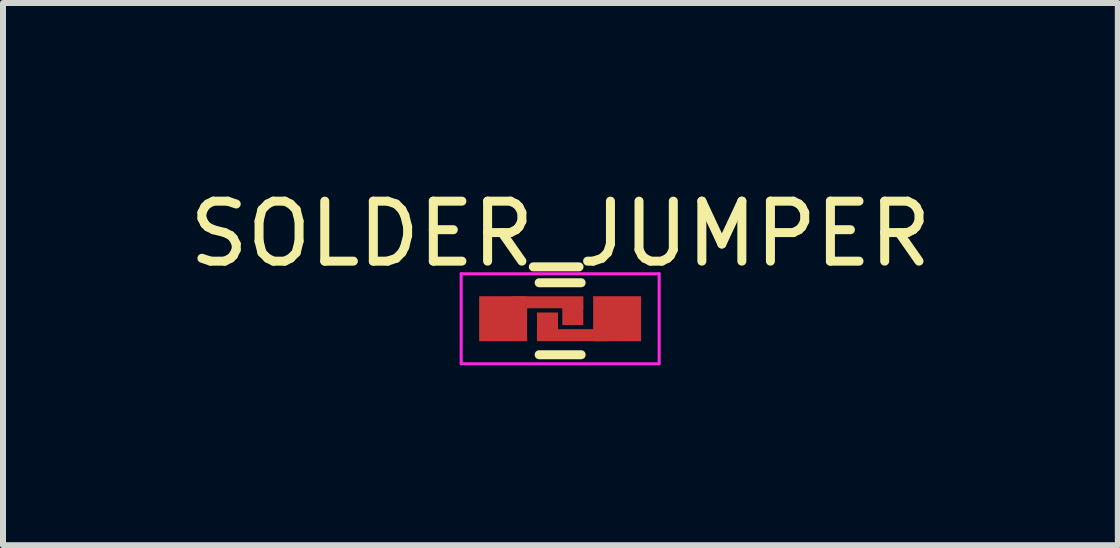
<source format=kicad_pcb>
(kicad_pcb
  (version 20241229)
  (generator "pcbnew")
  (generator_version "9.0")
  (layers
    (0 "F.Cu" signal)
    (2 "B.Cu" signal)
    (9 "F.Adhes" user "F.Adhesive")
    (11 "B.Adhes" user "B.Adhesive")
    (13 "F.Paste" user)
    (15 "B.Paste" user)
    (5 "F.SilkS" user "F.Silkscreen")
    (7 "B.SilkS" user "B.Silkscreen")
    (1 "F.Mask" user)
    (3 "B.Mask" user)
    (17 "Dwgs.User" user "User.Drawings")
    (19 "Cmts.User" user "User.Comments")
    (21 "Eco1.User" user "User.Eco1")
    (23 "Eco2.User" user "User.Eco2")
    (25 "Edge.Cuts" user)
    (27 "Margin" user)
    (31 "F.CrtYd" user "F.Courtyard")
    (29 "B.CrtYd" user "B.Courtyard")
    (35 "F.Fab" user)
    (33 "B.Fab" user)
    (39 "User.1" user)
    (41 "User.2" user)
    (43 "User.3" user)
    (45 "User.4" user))
  (footprint "SOLDER_JUMPER"
    (layer "F.Cu")
    (at 6.287 2.263)
    (property "Reference" "SOLDER_JUMPER" (at 0.005 -1.415 0) (layer "F.SilkS") (effects (font (size 1 1) (thickness 0.15))))
    (attr smd)
    (fp_line (start -0.35 -0.6) (end 0.35 -0.6) (stroke (width 0.15) (type solid)) (layer "F.SilkS"))
    (fp_line (start 0.35 0.6) (end -0.35 0.6) (stroke (width 0.15) (type solid)) (layer "F.SilkS"))
    (fp_line (start -1.65 -0.75) (end -1.65 0.75) (stroke (width 0.05) (type solid)) (layer "F.CrtYd"))
    (fp_line (start -1.65 -0.75) (end 1.65 -0.75) (stroke (width 0.05) (type solid)) (layer "F.CrtYd"))
    (fp_line (start -1.65 0.75) (end 1.65 0.75) (stroke (width 0.05) (type solid)) (layer "F.CrtYd"))
    (fp_line (start 1.65 -0.75) (end 1.65 0.75) (stroke (width 0.05) (type solid)) (layer "F.CrtYd"))
    (pad "1" smd rect (at -0.95 0) (size 0.8 0.75) (layers "F.Cu" "F.Mask" "F.Paste"))
    (pad "1" smd rect (at -0.213 -0.274) (size 1.2 0.2) (layers "F.Cu" "F.Mask" "F.Paste"))
    (pad "1" smd rect (at 0.211 -0.046) (size 0.35 0.3) (layers "F.Cu" "F.Mask" "F.Paste"))
    (pad "2" smd rect (at -0.211 0.046) (size 0.35 0.3) (layers "F.Cu" "F.Mask" "F.Paste"))
    (pad "2" smd rect (at 0.213 0.274) (size 1.2 0.2) (layers "F.Cu" "F.Mask" "F.Paste"))
    (pad "2" smd rect (at 0.95 0) (size 0.8 0.75) (layers "F.Cu" "F.Mask" "F.Paste")))
  (gr_rect
    (start -3 -3)
    (end 15.583 6.038)
    (stroke (width 0.1) (type default))
    (fill no)
    (layer "Edge.Cuts")))
</source>
